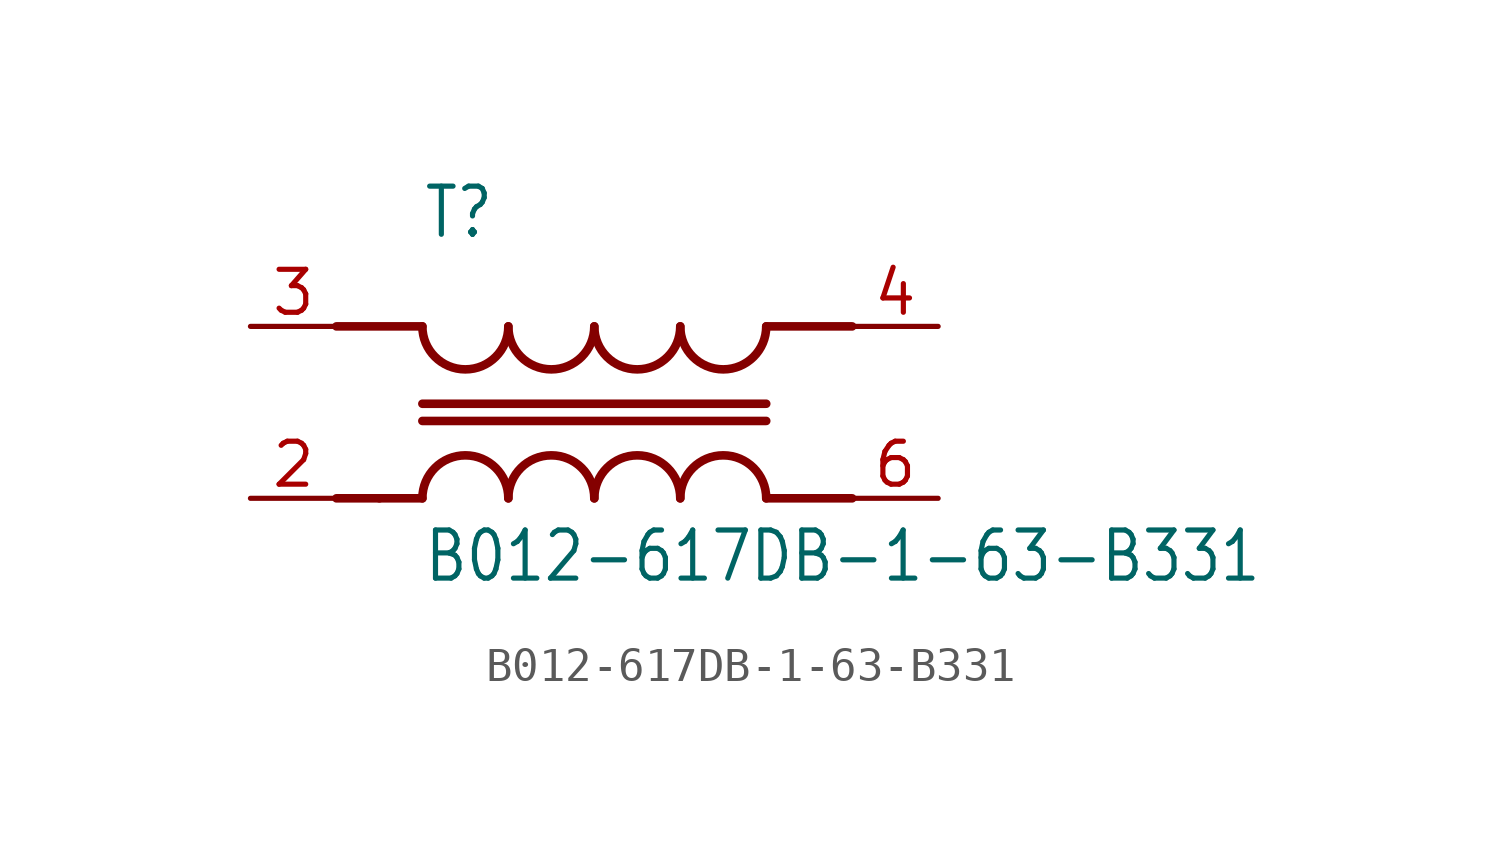
<source format=kicad_sym>
(kicad_symbol_lib
  (version 20201005)
  (generator kicad_symbol_editor)
  (symbol "B012-617DB-1-63-B331"
    (property "Reference" "T"
      (at -5.08 5.08 0)
      (effects (font (size 1.422 1.209)) (justify left bottom)))
    (property "Value" "B012-617DB-1-63-B331"
      (at -5.08 -5.08 0)
      (effects (font (size 1.422 1.209)) (justify left bottom)))
    (property "ki_locked" ""
      (at 0 0 0)
      (effects (font (size 1.27 1.27))))
    (symbol "B012-617DB-1-63-B331_1_0"
      (arc (start -2.54 -2.54) (end -5.08 -2.54) (radius (at -3.81 -2.54) (length 1.27) (angles 0.1 179.9)) (stroke (width 0.254)) (fill (type none)))
      (arc (start -5.08 2.54) (end -2.54 2.54) (radius (at -3.81 2.54) (length 1.27) (angles -179.9 -0.1)) (stroke (width 0.254)) (fill (type none)))
      (arc (start 0 -2.54) (end -2.54 -2.54) (radius (at -1.27 -2.54) (length 1.27) (angles 0.1 179.9)) (stroke (width 0.254)) (fill (type none)))
      (arc (start -2.54 2.54) (end 0 2.54) (radius (at -1.27 2.54) (length 1.27) (angles -179.9 -0.1)) (stroke (width 0.254)) (fill (type none)))
      (arc (start 2.54 -2.54) (end 0 -2.54) (radius (at 1.27 -2.54) (length 1.27) (angles 0.1 179.9)) (stroke (width 0.254)) (fill (type none)))
      (arc (start 0 2.54) (end 2.54 2.54) (radius (at 1.27 2.54) (length 1.27) (angles -179.9 -0.1)) (stroke (width 0.254)) (fill (type none)))
      (arc (start 5.08 -2.54) (end 2.54 -2.54) (radius (at 3.81 -2.54) (length 1.27) (angles 0.1 179.9)) (stroke (width 0.254)) (fill (type none)))
      (arc (start 2.54 2.54) (end 5.08 2.54) (radius (at 3.81 2.54) (length 1.27) (angles -179.9 -0.1)) (stroke (width 0.254)) (fill (type none)))
      (polyline (pts (xy -7.62 -2.54) (xy -6.35 -2.54)) (stroke (width 0.254)) (fill (type none)))
      (polyline (pts (xy -7.62 2.54) (xy -5.08 2.54)) (stroke (width 0.254)) (fill (type none)))
      (polyline (pts (xy -6.35 -2.54) (xy -5.08 -2.54)) (stroke (width 0.254)) (fill (type none)))
      (polyline (pts (xy -5.08 -0.254) (xy 5.08 -0.254)) (stroke (width 0.254)) (fill (type none)))
      (polyline (pts (xy -5.08 0.254) (xy 5.08 0.254)) (stroke (width 0.254)) (fill (type none)))
      (polyline (pts (xy 5.08 -2.54) (xy 7.62 -2.54)) (stroke (width 0.254)) (fill (type none)))
      (polyline (pts (xy 5.08 2.54) (xy 7.62 2.54)) (stroke (width 0.254)) (fill (type none)))
      (pin bidirectional line (at -10.16 -2.54 0) (length 2.54) (name "IN-" (effects (font (size 0 0)))) (number "2" (effects (font (size 1.27 1.27)))))
      (pin bidirectional line (at -10.16 2.54 0) (length 2.54) (name "IN+" (effects (font (size 0 0)))) (number "3" (effects (font (size 1.27 1.27)))))
      (pin bidirectional line (at 10.16 2.54 180) (length 2.54) (name "OUT+" (effects (font (size 0 0)))) (number "4" (effects (font (size 1.27 1.27)))))
      (pin bidirectional line (at 10.16 -2.54 180) (length 2.54) (name "OUT-" (effects (font (size 0 0)))) (number "6" (effects (font (size 1.27 1.27))))))))
</source>
